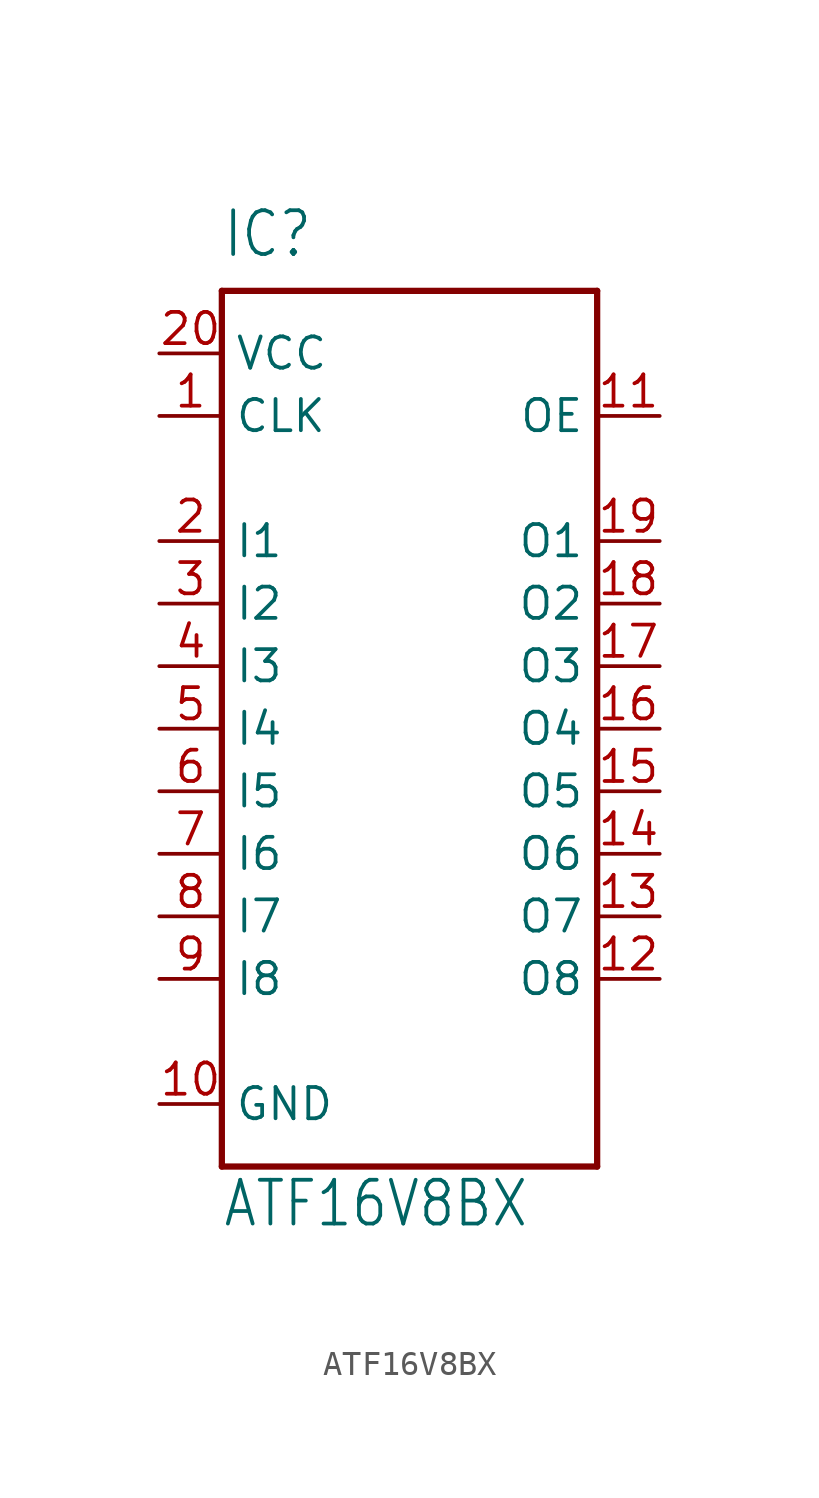
<source format=kicad_sym>
(kicad_symbol_lib
  (version 20211014)
  (generator kicad_symbol_editor)
  (symbol "ATF16V8BX"
    (property "Reference" "IC"
      (at -7.62 19.05 0)
      (effects (font (size 1.778 1.511)) (justify left bottom)))
    (property "Value" "ATF16V8BX"
      (at -7.62 -20.32 0)
      (effects (font (size 1.778 1.511)) (justify left bottom)))
    (property "ki_locked" ""
      (at 0 0 0)
      (effects (font (size 1.27 1.27))))
    (symbol "ATF16V8BX_1_0"
      (polyline (pts (xy -7.62 -17.78) (xy -7.62 17.78)) (stroke (width 0.254) (type default) (color 0 0 0 0)) (fill (type none)))
      (polyline (pts (xy -7.62 17.78) (xy 7.62 17.78)) (stroke (width 0.254) (type default) (color 0 0 0 0)) (fill (type none)))
      (polyline (pts (xy 7.62 -17.78) (xy -7.62 -17.78)) (stroke (width 0.254) (type default) (color 0 0 0 0)) (fill (type none)))
      (polyline (pts (xy 7.62 17.78) (xy 7.62 -17.78)) (stroke (width 0.254) (type default) (color 0 0 0 0)) (fill (type none)))
      (pin input line (at -10.16 12.7 0) (length 2.54) (name "CLK" (effects (font (size 1.27 1.27)))) (number "1" (effects (font (size 1.27 1.27)))))
      (pin power_in line (at -10.16 -15.24 0) (length 2.54) (name "GND" (effects (font (size 1.27 1.27)))) (number "10" (effects (font (size 1.27 1.27)))))
      (pin input line (at 10.16 12.7 180) (length 2.54) (name "OE" (effects (font (size 1.27 1.27)))) (number "11" (effects (font (size 1.27 1.27)))))
      (pin output line (at 10.16 -10.16 180) (length 2.54) (name "O8" (effects (font (size 1.27 1.27)))) (number "12" (effects (font (size 1.27 1.27)))))
      (pin output line (at 10.16 -7.62 180) (length 2.54) (name "O7" (effects (font (size 1.27 1.27)))) (number "13" (effects (font (size 1.27 1.27)))))
      (pin output line (at 10.16 -5.08 180) (length 2.54) (name "O6" (effects (font (size 1.27 1.27)))) (number "14" (effects (font (size 1.27 1.27)))))
      (pin output line (at 10.16 -2.54 180) (length 2.54) (name "O5" (effects (font (size 1.27 1.27)))) (number "15" (effects (font (size 1.27 1.27)))))
      (pin output line (at 10.16 0 180) (length 2.54) (name "O4" (effects (font (size 1.27 1.27)))) (number "16" (effects (font (size 1.27 1.27)))))
      (pin output line (at 10.16 2.54 180) (length 2.54) (name "O3" (effects (font (size 1.27 1.27)))) (number "17" (effects (font (size 1.27 1.27)))))
      (pin output line (at 10.16 5.08 180) (length 2.54) (name "O2" (effects (font (size 1.27 1.27)))) (number "18" (effects (font (size 1.27 1.27)))))
      (pin output line (at 10.16 7.62 180) (length 2.54) (name "O1" (effects (font (size 1.27 1.27)))) (number "19" (effects (font (size 1.27 1.27)))))
      (pin input line (at -10.16 7.62 0) (length 2.54) (name "I1" (effects (font (size 1.27 1.27)))) (number "2" (effects (font (size 1.27 1.27)))))
      (pin power_in line (at -10.16 15.24 0) (length 2.54) (name "VCC" (effects (font (size 1.27 1.27)))) (number "20" (effects (font (size 1.27 1.27)))))
      (pin input line (at -10.16 5.08 0) (length 2.54) (name "I2" (effects (font (size 1.27 1.27)))) (number "3" (effects (font (size 1.27 1.27)))))
      (pin input line (at -10.16 2.54 0) (length 2.54) (name "I3" (effects (font (size 1.27 1.27)))) (number "4" (effects (font (size 1.27 1.27)))))
      (pin input line (at -10.16 0 0) (length 2.54) (name "I4" (effects (font (size 1.27 1.27)))) (number "5" (effects (font (size 1.27 1.27)))))
      (pin input line (at -10.16 -2.54 0) (length 2.54) (name "I5" (effects (font (size 1.27 1.27)))) (number "6" (effects (font (size 1.27 1.27)))))
      (pin input line (at -10.16 -5.08 0) (length 2.54) (name "I6" (effects (font (size 1.27 1.27)))) (number "7" (effects (font (size 1.27 1.27)))))
      (pin input line (at -10.16 -7.62 0) (length 2.54) (name "I7" (effects (font (size 1.27 1.27)))) (number "8" (effects (font (size 1.27 1.27)))))
      (pin input line (at -10.16 -10.16 0) (length 2.54) (name "I8" (effects (font (size 1.27 1.27)))) (number "9" (effects (font (size 1.27 1.27))))))))
</source>
